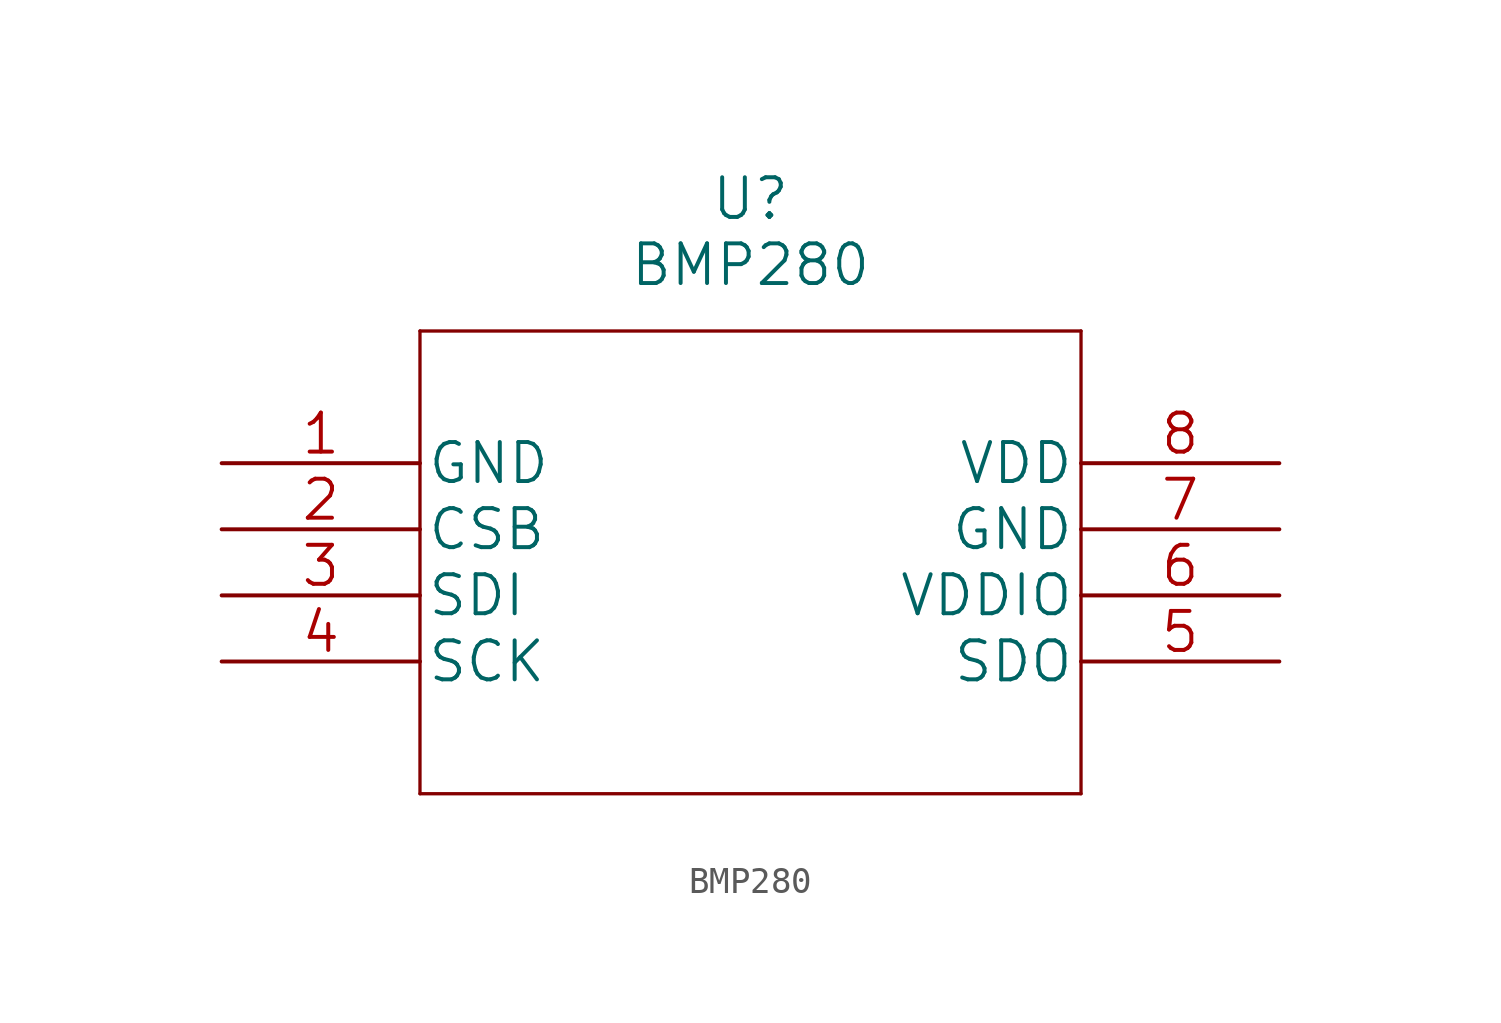
<source format=kicad_sym>
(kicad_symbol_lib
  (version 20211014)
  (generator kicad_symbol_editor)
  (symbol "BMP280"
    (pin_names
      (offset 0.254))
    (property "Reference" "U"
      (at 20.32 10.16 0)
      (effects (font (size 1.524 1.524))))
    (property "Value" "BMP280"
      (at 20.32 7.62 0)
      (effects (font (size 1.524 1.524))))
    (property "Datasheet" ""
      (at 0 0 0)
      (effects (font (size 1.524 1.524))))
    (property "ki_locked" ""
      (at 0 0 0)
      (effects (font (size 1.27 1.27))))
    (symbol "BMP280_1_1"
      (polyline (pts (xy 7.62 -12.7) (xy 33.02 -12.7)) (stroke (width 0.127) (type default) (color 0 0 0 0)) (fill (type none)))
      (polyline (pts (xy 7.62 5.08) (xy 7.62 -12.7)) (stroke (width 0.127) (type default) (color 0 0 0 0)) (fill (type none)))
      (polyline (pts (xy 33.02 -12.7) (xy 33.02 5.08)) (stroke (width 0.127) (type default) (color 0 0 0 0)) (fill (type none)))
      (polyline (pts (xy 33.02 5.08) (xy 7.62 5.08)) (stroke (width 0.127) (type default) (color 0 0 0 0)) (fill (type none)))
      (pin unspecified line (at 0 0 0) (length 7.62) (name "GND" (effects (font (size 1.499 1.499)))) (number "1" (effects (font (size 1.499 1.499)))))
      (pin unspecified line (at 0 -2.54 0) (length 7.62) (name "CSB" (effects (font (size 1.499 1.499)))) (number "2" (effects (font (size 1.499 1.499)))))
      (pin unspecified line (at 0 -5.08 0) (length 7.62) (name "SDI" (effects (font (size 1.499 1.499)))) (number "3" (effects (font (size 1.499 1.499)))))
      (pin unspecified line (at 0 -7.62 0) (length 7.62) (name "SCK" (effects (font (size 1.499 1.499)))) (number "4" (effects (font (size 1.499 1.499)))))
      (pin unspecified line (at 40.64 -7.62 180) (length 7.62) (name "SDO" (effects (font (size 1.499 1.499)))) (number "5" (effects (font (size 1.499 1.499)))))
      (pin unspecified line (at 40.64 -5.08 180) (length 7.62) (name "VDDIO" (effects (font (size 1.499 1.499)))) (number "6" (effects (font (size 1.499 1.499)))))
      (pin unspecified line (at 40.64 -2.54 180) (length 7.62) (name "GND" (effects (font (size 1.499 1.499)))) (number "7" (effects (font (size 1.499 1.499)))))
      (pin unspecified line (at 40.64 0 180) (length 7.62) (name "VDD" (effects (font (size 1.499 1.499)))) (number "8" (effects (font (size 1.499 1.499))))))))
</source>
